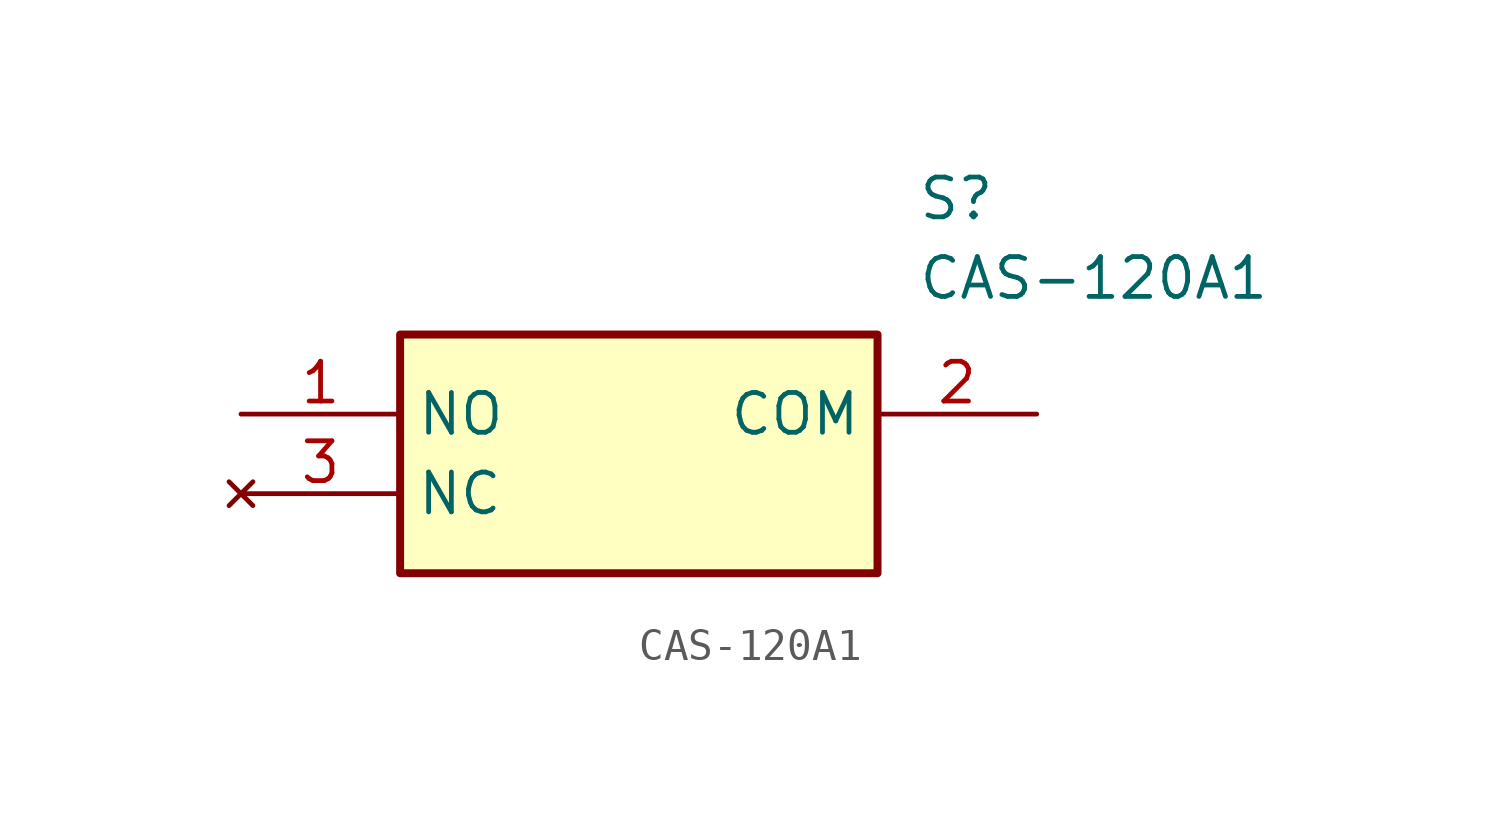
<source format=kicad_sym>
(kicad_symbol_lib
  (version 20211014)
  (generator SamacSys_ECAD_Model)
  (symbol "CAS-120A1"
    (property "Reference" "S"
      (at 21.59 7.62 0)
      (effects (font (size 1.27 1.27)) (justify left top)))
    (property "Value" "CAS-120A1"
      (at 21.59 5.08 0)
      (effects (font (size 1.27 1.27)) (justify left top)))
    (rectangle
      (start 5.08 2.54)
      (end 20.32 -5.08)
      (stroke (width 0.254) (type default))
      (fill (type background)))
    (pin passive line
      (at 0 0 0)
      (length 5.08)
      (name "NO" (effects (font (size 1.27 1.27))))
      (number "1" (effects (font (size 1.27 1.27)))))
    (pin passive line
      (at 25.4 0 180)
      (length 5.08)
      (name "COM" (effects (font (size 1.27 1.27))))
      (number "2" (effects (font (size 1.27 1.27)))))
    (pin no_connect line
      (at 0 -2.54 0)
      (length 5.08)
      (name "NC" (effects (font (size 1.27 1.27))))
      (number "3" (effects (font (size 1.27 1.27)))))))
</source>
